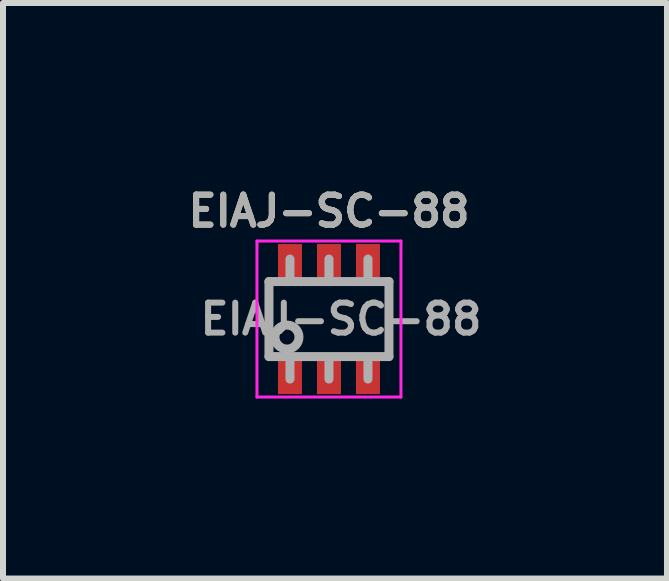
<source format=kicad_pcb>
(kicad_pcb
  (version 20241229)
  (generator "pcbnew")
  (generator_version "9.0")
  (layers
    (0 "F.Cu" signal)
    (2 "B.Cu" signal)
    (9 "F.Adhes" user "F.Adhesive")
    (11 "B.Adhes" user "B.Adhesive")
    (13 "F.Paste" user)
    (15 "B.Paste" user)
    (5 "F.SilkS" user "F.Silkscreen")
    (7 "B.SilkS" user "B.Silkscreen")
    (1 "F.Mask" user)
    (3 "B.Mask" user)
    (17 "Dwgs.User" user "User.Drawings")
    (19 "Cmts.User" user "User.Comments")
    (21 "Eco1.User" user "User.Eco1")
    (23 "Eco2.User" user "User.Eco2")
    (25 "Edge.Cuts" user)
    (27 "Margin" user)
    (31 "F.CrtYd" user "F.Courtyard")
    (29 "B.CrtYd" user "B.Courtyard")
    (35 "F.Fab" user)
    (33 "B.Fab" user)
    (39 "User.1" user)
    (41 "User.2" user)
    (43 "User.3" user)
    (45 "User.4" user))
  (footprint "EIAJ-SC-88"
    (layer "F.Cu")
    (at 2.433 2.268)
    (property "Reference" "EIAJ-SC-88" (at 0 -1.8 0) (layer "F.SilkS") (effects (font (size 0.5 0.5) (thickness 0.1))))
    (attr smd)
    (fp_line (start -1.2 -1.3) (end 1.2 -1.3) (stroke (width 0.05) (type solid)) (layer "F.CrtYd"))
    (fp_line (start -1.2 1.3) (end -1.2 -1.3) (stroke (width 0.05) (type solid)) (layer "F.CrtYd"))
    (fp_line (start 1.2 -1.3) (end 1.2 1.3) (stroke (width 0.05) (type solid)) (layer "F.CrtYd"))
    (fp_line (start 1.2 1.3) (end -1.2 1.3) (stroke (width 0.05) (type solid)) (layer "F.CrtYd"))
    (fp_line (start -1 -0.625) (end -1 0.625) (stroke (width 0.15) (type solid)) (layer "F.Fab"))
    (fp_line (start -1 0.625) (end 1 0.625) (stroke (width 0.15) (type solid)) (layer "F.Fab"))
    (fp_line (start -0.65 -0.7) (end -0.65 -1) (stroke (width 0.15) (type solid)) (layer "F.Fab"))
    (fp_line (start -0.65 0.7) (end -0.65 1) (stroke (width 0.15) (type solid)) (layer "F.Fab"))
    (fp_line (start 0 -0.7) (end 0 -1) (stroke (width 0.15) (type solid)) (layer "F.Fab"))
    (fp_line (start 0 0.7) (end 0 1) (stroke (width 0.15) (type solid)) (layer "F.Fab"))
    (fp_line (start 0.65 -0.7) (end 0.65 -1) (stroke (width 0.15) (type solid)) (layer "F.Fab"))
    (fp_line (start 0.65 0.7) (end 0.65 1) (stroke (width 0.15) (type solid)) (layer "F.Fab"))
    (fp_line (start 1 -0.625) (end -1 -0.625) (stroke (width 0.15) (type solid)) (layer "F.Fab"))
    (fp_line (start 1 0.625) (end 1 -0.625) (stroke (width 0.15) (type solid)) (layer "F.Fab"))
    (fp_circle (center -0.7 0.3) (end -0.9 0.3) (stroke (width 0.15) (type solid)) (fill no) (layer "F.Fab"))
    (fp_text user "${REFERENCE}" (at 0.2 0 0) (layer "F.Fab") (effects (font (size 0.5 0.5) (thickness 0.1))))
    (fp_text user "${REFERENCE}" (at 0 -1.8 0) (layer "F.Fab") (effects (font (size 0.5 0.5) (thickness 0.1))))
    (pad "1" smd rect (at -0.65 0.95) (size 0.4 0.6) (layers "F.Cu" "F.Mask" "F.Paste"))
    (pad "2" smd rect (at 0 0.95) (size 0.4 0.6) (layers "F.Cu" "F.Mask" "F.Paste"))
    (pad "3" smd rect (at 0.65 0.95) (size 0.4 0.6) (layers "F.Cu" "F.Mask" "F.Paste"))
    (pad "4" smd rect (at 0.65 -0.95) (size 0.4 0.6) (layers "F.Cu" "F.Mask" "F.Paste"))
    (pad "5" smd rect (at 0 -0.95) (size 0.4 0.6) (layers "F.Cu" "F.Mask" "F.Paste"))
    (pad "6" smd rect (at -0.65 -0.95) (size 0.4 0.6) (layers "F.Cu" "F.Mask" "F.Paste")))
  (gr_rect
    (start -3 -3)
    (end 8.067 6.593)
    (stroke (width 0.1) (type default))
    (fill no)
    (layer "Edge.Cuts")))
</source>
